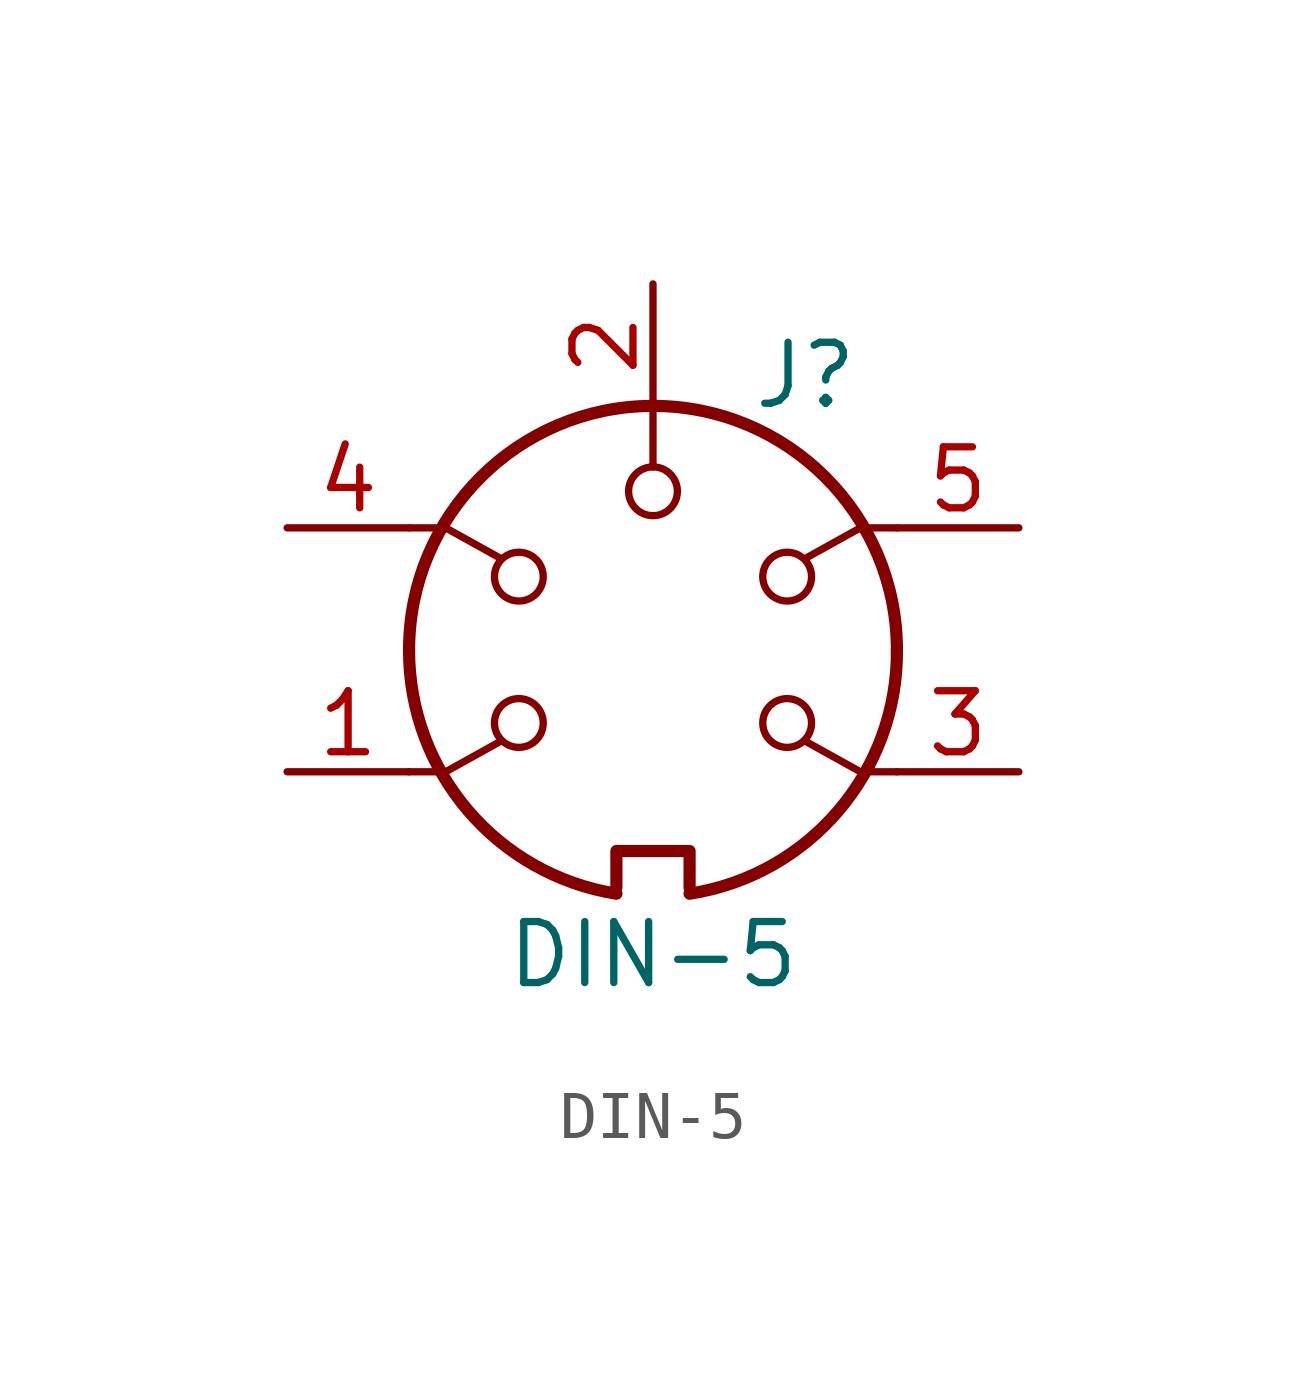
<source format=kicad_sym>
(kicad_symbol_lib
  (version 20211014)
  (generator kicad_symbol_editor)
  (symbol "DIN-5"
    (pin_names
      (offset 1.016))
    (property "Reference" "J"
      (at 3.175 5.715 0)
      (effects (font (size 1.27 1.27))))
    (property "Value" "DIN-5"
      (at 0 -6.35 0)
      (effects (font (size 1.27 1.27))))
    (symbol "DIN-5_0_1"
      (arc (start -5.08 0) (mid -3.8609 -3.3364) (end -0.762 -5.08) (stroke (width 0.254) (type default) (color 0 0 0 0)) (fill (type none)))
      (circle (center -2.794 -1.524) (radius 0.508) (stroke (width 0) (type default) (color 0 0 0 0)) (fill (type none)))
      (circle (center -2.794 1.524) (radius 0.508) (stroke (width 0) (type default) (color 0 0 0 0)) (fill (type none)))
      (polyline (pts (xy 0 5.08) (xy 0 3.81)) (stroke (width 0) (type default) (color 0 0 0 0)) (fill (type none)))
      (polyline (pts (xy -5.08 -2.54) (xy -4.318 -2.54) (xy -3.175 -1.905)) (stroke (width 0) (type default) (color 0 0 0 0)) (fill (type none)))
      (polyline (pts (xy -5.08 2.54) (xy -4.318 2.54) (xy -3.175 1.905)) (stroke (width 0) (type default) (color 0 0 0 0)) (fill (type none)))
      (polyline (pts (xy 5.08 -2.54) (xy 4.318 -2.54) (xy 3.175 -1.905)) (stroke (width 0) (type default) (color 0 0 0 0)) (fill (type none)))
      (polyline (pts (xy 5.08 2.54) (xy 4.318 2.54) (xy 3.175 1.905)) (stroke (width 0) (type default) (color 0 0 0 0)) (fill (type none)))
      (polyline (pts (xy -0.762 -4.953) (xy -0.762 -4.191) (xy 0.762 -4.191) (xy 0.762 -4.953)) (stroke (width 0.254) (type default) (color 0 0 0 0)) (fill (type none)))
      (circle (center 0 3.302) (radius 0.508) (stroke (width 0) (type default) (color 0 0 0 0)) (fill (type none)))
      (arc (start 0.762 -5.08) (mid 3.8685 -3.343) (end 5.08 0) (stroke (width 0.254) (type default) (color 0 0 0 0)) (fill (type none)))
      (circle (center 2.794 -1.524) (radius 0.508) (stroke (width 0) (type default) (color 0 0 0 0)) (fill (type none)))
      (circle (center 2.794 1.524) (radius 0.508) (stroke (width 0) (type default) (color 0 0 0 0)) (fill (type none)))
      (arc (start 5.08 0) (mid 0 5.08) (end -5.08 0) (stroke (width 0.254) (type default) (color 0 0 0 0)) (fill (type none))))
    (symbol "DIN-5_1_1"
      (pin passive line (at -7.62 -2.54 0) (length 2.54) (name "~" (effects (font (size 1.27 1.27)))) (number "1" (effects (font (size 1.27 1.27)))))
      (pin passive line (at 0 7.62 270) (length 2.54) (name "~" (effects (font (size 1.27 1.27)))) (number "2" (effects (font (size 1.27 1.27)))))
      (pin passive line (at 7.62 -2.54 180) (length 2.54) (name "~" (effects (font (size 1.27 1.27)))) (number "3" (effects (font (size 1.27 1.27)))))
      (pin passive line (at -7.62 2.54 0) (length 2.54) (name "~" (effects (font (size 1.27 1.27)))) (number "4" (effects (font (size 1.27 1.27)))))
      (pin passive line (at 7.62 2.54 180) (length 2.54) (name "~" (effects (font (size 1.27 1.27)))) (number "5" (effects (font (size 1.27 1.27))))))))
</source>
